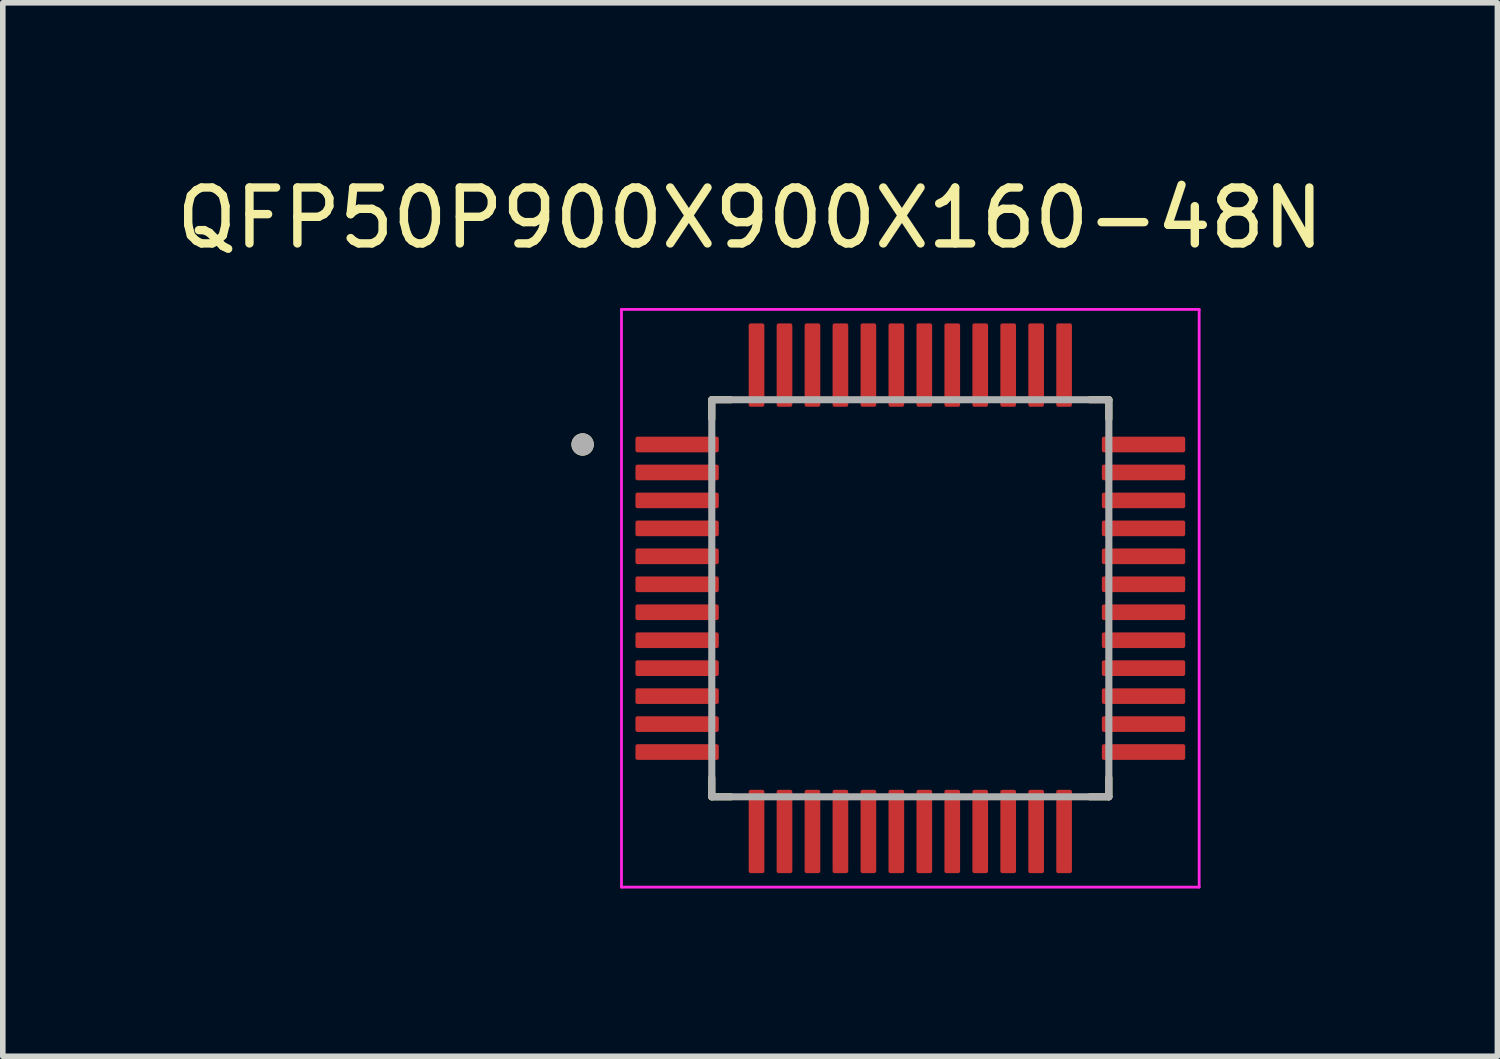
<source format=kicad_pcb>
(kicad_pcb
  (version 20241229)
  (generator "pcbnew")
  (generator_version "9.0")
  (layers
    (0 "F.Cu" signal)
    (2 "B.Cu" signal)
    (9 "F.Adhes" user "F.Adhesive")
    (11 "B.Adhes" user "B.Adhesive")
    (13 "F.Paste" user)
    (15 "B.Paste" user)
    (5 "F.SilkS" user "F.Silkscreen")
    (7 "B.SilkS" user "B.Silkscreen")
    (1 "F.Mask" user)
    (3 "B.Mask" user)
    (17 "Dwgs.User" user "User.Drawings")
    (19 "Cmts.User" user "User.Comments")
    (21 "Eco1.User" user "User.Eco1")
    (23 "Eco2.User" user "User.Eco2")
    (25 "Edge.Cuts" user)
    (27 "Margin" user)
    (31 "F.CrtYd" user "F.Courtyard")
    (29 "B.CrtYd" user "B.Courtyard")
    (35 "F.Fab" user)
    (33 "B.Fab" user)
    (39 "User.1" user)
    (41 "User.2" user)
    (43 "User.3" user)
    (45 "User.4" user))
  (footprint "QFP50P900X900X160-48N"
    (layer "F.Cu")
    (at 13.228 7.648)
    (property "Reference" "QFP50P900X900X160-48N" (at -2.865 -6.8 0) (layer "F.SilkS") (effects (font (size 1 1) (thickness 0.15))))
    (attr smd)
    (fp_line (start -3.55 -3.55) (end -3.55 -3.21) (stroke (width 0.127) (type solid)) (layer "F.SilkS"))
    (fp_line (start -3.55 -3.55) (end -3.21 -3.55) (stroke (width 0.127) (type solid)) (layer "F.SilkS"))
    (fp_line (start -3.55 3.55) (end -3.55 3.21) (stroke (width 0.127) (type solid)) (layer "F.SilkS"))
    (fp_line (start -3.55 3.55) (end -3.21 3.55) (stroke (width 0.127) (type solid)) (layer "F.SilkS"))
    (fp_line (start 3.55 -3.55) (end 3.21 -3.55) (stroke (width 0.127) (type solid)) (layer "F.SilkS"))
    (fp_line (start 3.55 -3.55) (end 3.55 -3.21) (stroke (width 0.127) (type solid)) (layer "F.SilkS"))
    (fp_line (start 3.55 3.55) (end 3.21 3.55) (stroke (width 0.127) (type solid)) (layer "F.SilkS"))
    (fp_line (start 3.55 3.55) (end 3.55 3.21) (stroke (width 0.127) (type solid)) (layer "F.SilkS"))
    (fp_circle (center -5.86 -2.75) (end -5.76 -2.75) (stroke (width 0.2) (type solid)) (fill no) (layer "F.SilkS"))
    (fp_line (start -5.165 -5.165) (end 5.165 -5.165) (stroke (width 0.05) (type solid)) (layer "F.CrtYd"))
    (fp_line (start -5.165 5.165) (end -5.165 -5.165) (stroke (width 0.05) (type solid)) (layer "F.CrtYd"))
    (fp_line (start -5.165 5.165) (end 5.165 5.165) (stroke (width 0.05) (type solid)) (layer "F.CrtYd"))
    (fp_line (start 5.165 5.165) (end 5.165 -5.165) (stroke (width 0.05) (type solid)) (layer "F.CrtYd"))
    (fp_line (start -3.55 3.55) (end -3.55 -3.55) (stroke (width 0.127) (type solid)) (layer "F.Fab"))
    (fp_line (start 3.55 -3.55) (end -3.55 -3.55) (stroke (width 0.127) (type solid)) (layer "F.Fab"))
    (fp_line (start 3.55 3.55) (end -3.55 3.55) (stroke (width 0.127) (type solid)) (layer "F.Fab"))
    (fp_line (start 3.55 3.55) (end 3.55 -3.55) (stroke (width 0.127) (type solid)) (layer "F.Fab"))
    (fp_circle (center -5.86 -2.75) (end -5.76 -2.75) (stroke (width 0.2) (type solid)) (fill no) (layer "F.Fab"))
    (pad "1" smd roundrect (at -4.17 -2.75) (size 1.49 0.28) (layers "F.Cu" "F.Mask" "F.Paste") (roundrect_rratio 0.125))
    (pad "2" smd roundrect (at -4.17 -2.25) (size 1.49 0.28) (layers "F.Cu" "F.Mask" "F.Paste") (roundrect_rratio 0.125))
    (pad "3" smd roundrect (at -4.17 -1.75) (size 1.49 0.28) (layers "F.Cu" "F.Mask" "F.Paste") (roundrect_rratio 0.125))
    (pad "4" smd roundrect (at -4.17 -1.25) (size 1.49 0.28) (layers "F.Cu" "F.Mask" "F.Paste") (roundrect_rratio 0.125))
    (pad "5" smd roundrect (at -4.17 -0.75) (size 1.49 0.28) (layers "F.Cu" "F.Mask" "F.Paste") (roundrect_rratio 0.125))
    (pad "6" smd roundrect (at -4.17 -0.25) (size 1.49 0.28) (layers "F.Cu" "F.Mask" "F.Paste") (roundrect_rratio 0.125))
    (pad "7" smd roundrect (at -4.17 0.25) (size 1.49 0.28) (layers "F.Cu" "F.Mask" "F.Paste") (roundrect_rratio 0.125))
    (pad "8" smd roundrect (at -4.17 0.75) (size 1.49 0.28) (layers "F.Cu" "F.Mask" "F.Paste") (roundrect_rratio 0.125))
    (pad "9" smd roundrect (at -4.17 1.25) (size 1.49 0.28) (layers "F.Cu" "F.Mask" "F.Paste") (roundrect_rratio 0.125))
    (pad "10" smd roundrect (at -4.17 1.75) (size 1.49 0.28) (layers "F.Cu" "F.Mask" "F.Paste") (roundrect_rratio 0.125))
    (pad "11" smd roundrect (at -4.17 2.25) (size 1.49 0.28) (layers "F.Cu" "F.Mask" "F.Paste") (roundrect_rratio 0.125))
    (pad "12" smd roundrect (at -4.17 2.75) (size 1.49 0.28) (layers "F.Cu" "F.Mask" "F.Paste") (roundrect_rratio 0.125))
    (pad "13" smd roundrect (at -2.75 4.17) (size 0.28 1.49) (layers "F.Cu" "F.Mask" "F.Paste") (roundrect_rratio 0.125))
    (pad "14" smd roundrect (at -2.25 4.17) (size 0.28 1.49) (layers "F.Cu" "F.Mask" "F.Paste") (roundrect_rratio 0.125))
    (pad "15" smd roundrect (at -1.75 4.17) (size 0.28 1.49) (layers "F.Cu" "F.Mask" "F.Paste") (roundrect_rratio 0.125))
    (pad "16" smd roundrect (at -1.25 4.17) (size 0.28 1.49) (layers "F.Cu" "F.Mask" "F.Paste") (roundrect_rratio 0.125))
    (pad "17" smd roundrect (at -0.75 4.17) (size 0.28 1.49) (layers "F.Cu" "F.Mask" "F.Paste") (roundrect_rratio 0.125))
    (pad "18" smd roundrect (at -0.25 4.17) (size 0.28 1.49) (layers "F.Cu" "F.Mask" "F.Paste") (roundrect_rratio 0.125))
    (pad "19" smd roundrect (at 0.25 4.17) (size 0.28 1.49) (layers "F.Cu" "F.Mask" "F.Paste") (roundrect_rratio 0.125))
    (pad "20" smd roundrect (at 0.75 4.17) (size 0.28 1.49) (layers "F.Cu" "F.Mask" "F.Paste") (roundrect_rratio 0.125))
    (pad "21" smd roundrect (at 1.25 4.17) (size 0.28 1.49) (layers "F.Cu" "F.Mask" "F.Paste") (roundrect_rratio 0.125))
    (pad "22" smd roundrect (at 1.75 4.17) (size 0.28 1.49) (layers "F.Cu" "F.Mask" "F.Paste") (roundrect_rratio 0.125))
    (pad "23" smd roundrect (at 2.25 4.17) (size 0.28 1.49) (layers "F.Cu" "F.Mask" "F.Paste") (roundrect_rratio 0.125))
    (pad "24" smd roundrect (at 2.75 4.17) (size 0.28 1.49) (layers "F.Cu" "F.Mask" "F.Paste") (roundrect_rratio 0.125))
    (pad "25" smd roundrect (at 4.17 2.75) (size 1.49 0.28) (layers "F.Cu" "F.Mask" "F.Paste") (roundrect_rratio 0.125))
    (pad "26" smd roundrect (at 4.17 2.25) (size 1.49 0.28) (layers "F.Cu" "F.Mask" "F.Paste") (roundrect_rratio 0.125))
    (pad "27" smd roundrect (at 4.17 1.75) (size 1.49 0.28) (layers "F.Cu" "F.Mask" "F.Paste") (roundrect_rratio 0.125))
    (pad "28" smd roundrect (at 4.17 1.25) (size 1.49 0.28) (layers "F.Cu" "F.Mask" "F.Paste") (roundrect_rratio 0.125))
    (pad "29" smd roundrect (at 4.17 0.75) (size 1.49 0.28) (layers "F.Cu" "F.Mask" "F.Paste") (roundrect_rratio 0.125))
    (pad "30" smd roundrect (at 4.17 0.25) (size 1.49 0.28) (layers "F.Cu" "F.Mask" "F.Paste") (roundrect_rratio 0.125))
    (pad "31" smd roundrect (at 4.17 -0.25) (size 1.49 0.28) (layers "F.Cu" "F.Mask" "F.Paste") (roundrect_rratio 0.125))
    (pad "32" smd roundrect (at 4.17 -0.75) (size 1.49 0.28) (layers "F.Cu" "F.Mask" "F.Paste") (roundrect_rratio 0.125))
    (pad "33" smd roundrect (at 4.17 -1.25) (size 1.49 0.28) (layers "F.Cu" "F.Mask" "F.Paste") (roundrect_rratio 0.125))
    (pad "34" smd roundrect (at 4.17 -1.75) (size 1.49 0.28) (layers "F.Cu" "F.Mask" "F.Paste") (roundrect_rratio 0.125))
    (pad "35" smd roundrect (at 4.17 -2.25) (size 1.49 0.28) (layers "F.Cu" "F.Mask" "F.Paste") (roundrect_rratio 0.125))
    (pad "36" smd roundrect (at 4.17 -2.75) (size 1.49 0.28) (layers "F.Cu" "F.Mask" "F.Paste") (roundrect_rratio 0.125))
    (pad "37" smd roundrect (at 2.75 -4.17) (size 0.28 1.49) (layers "F.Cu" "F.Mask" "F.Paste") (roundrect_rratio 0.125))
    (pad "38" smd roundrect (at 2.25 -4.17) (size 0.28 1.49) (layers "F.Cu" "F.Mask" "F.Paste") (roundrect_rratio 0.125))
    (pad "39" smd roundrect (at 1.75 -4.17) (size 0.28 1.49) (layers "F.Cu" "F.Mask" "F.Paste") (roundrect_rratio 0.125))
    (pad "40" smd roundrect (at 1.25 -4.17) (size 0.28 1.49) (layers "F.Cu" "F.Mask" "F.Paste") (roundrect_rratio 0.125))
    (pad "41" smd roundrect (at 0.75 -4.17) (size 0.28 1.49) (layers "F.Cu" "F.Mask" "F.Paste") (roundrect_rratio 0.125))
    (pad "42" smd roundrect (at 0.25 -4.17) (size 0.28 1.49) (layers "F.Cu" "F.Mask" "F.Paste") (roundrect_rratio 0.125))
    (pad "43" smd roundrect (at -0.25 -4.17) (size 0.28 1.49) (layers "F.Cu" "F.Mask" "F.Paste") (roundrect_rratio 0.125))
    (pad "44" smd roundrect (at -0.75 -4.17) (size 0.28 1.49) (layers "F.Cu" "F.Mask" "F.Paste") (roundrect_rratio 0.125))
    (pad "45" smd roundrect (at -1.25 -4.17) (size 0.28 1.49) (layers "F.Cu" "F.Mask" "F.Paste") (roundrect_rratio 0.125))
    (pad "46" smd roundrect (at -1.75 -4.17) (size 0.28 1.49) (layers "F.Cu" "F.Mask" "F.Paste") (roundrect_rratio 0.125))
    (pad "47" smd roundrect (at -2.25 -4.17) (size 0.28 1.49) (layers "F.Cu" "F.Mask" "F.Paste") (roundrect_rratio 0.125))
    (pad "48" smd roundrect (at -2.75 -4.17) (size 0.28 1.49) (layers "F.Cu" "F.Mask" "F.Paste") (roundrect_rratio 0.125)))
  (gr_rect
    (start -3 -3)
    (end 23.726 15.838)
    (stroke (width 0.1) (type default))
    (fill no)
    (layer "Edge.Cuts")))
</source>
